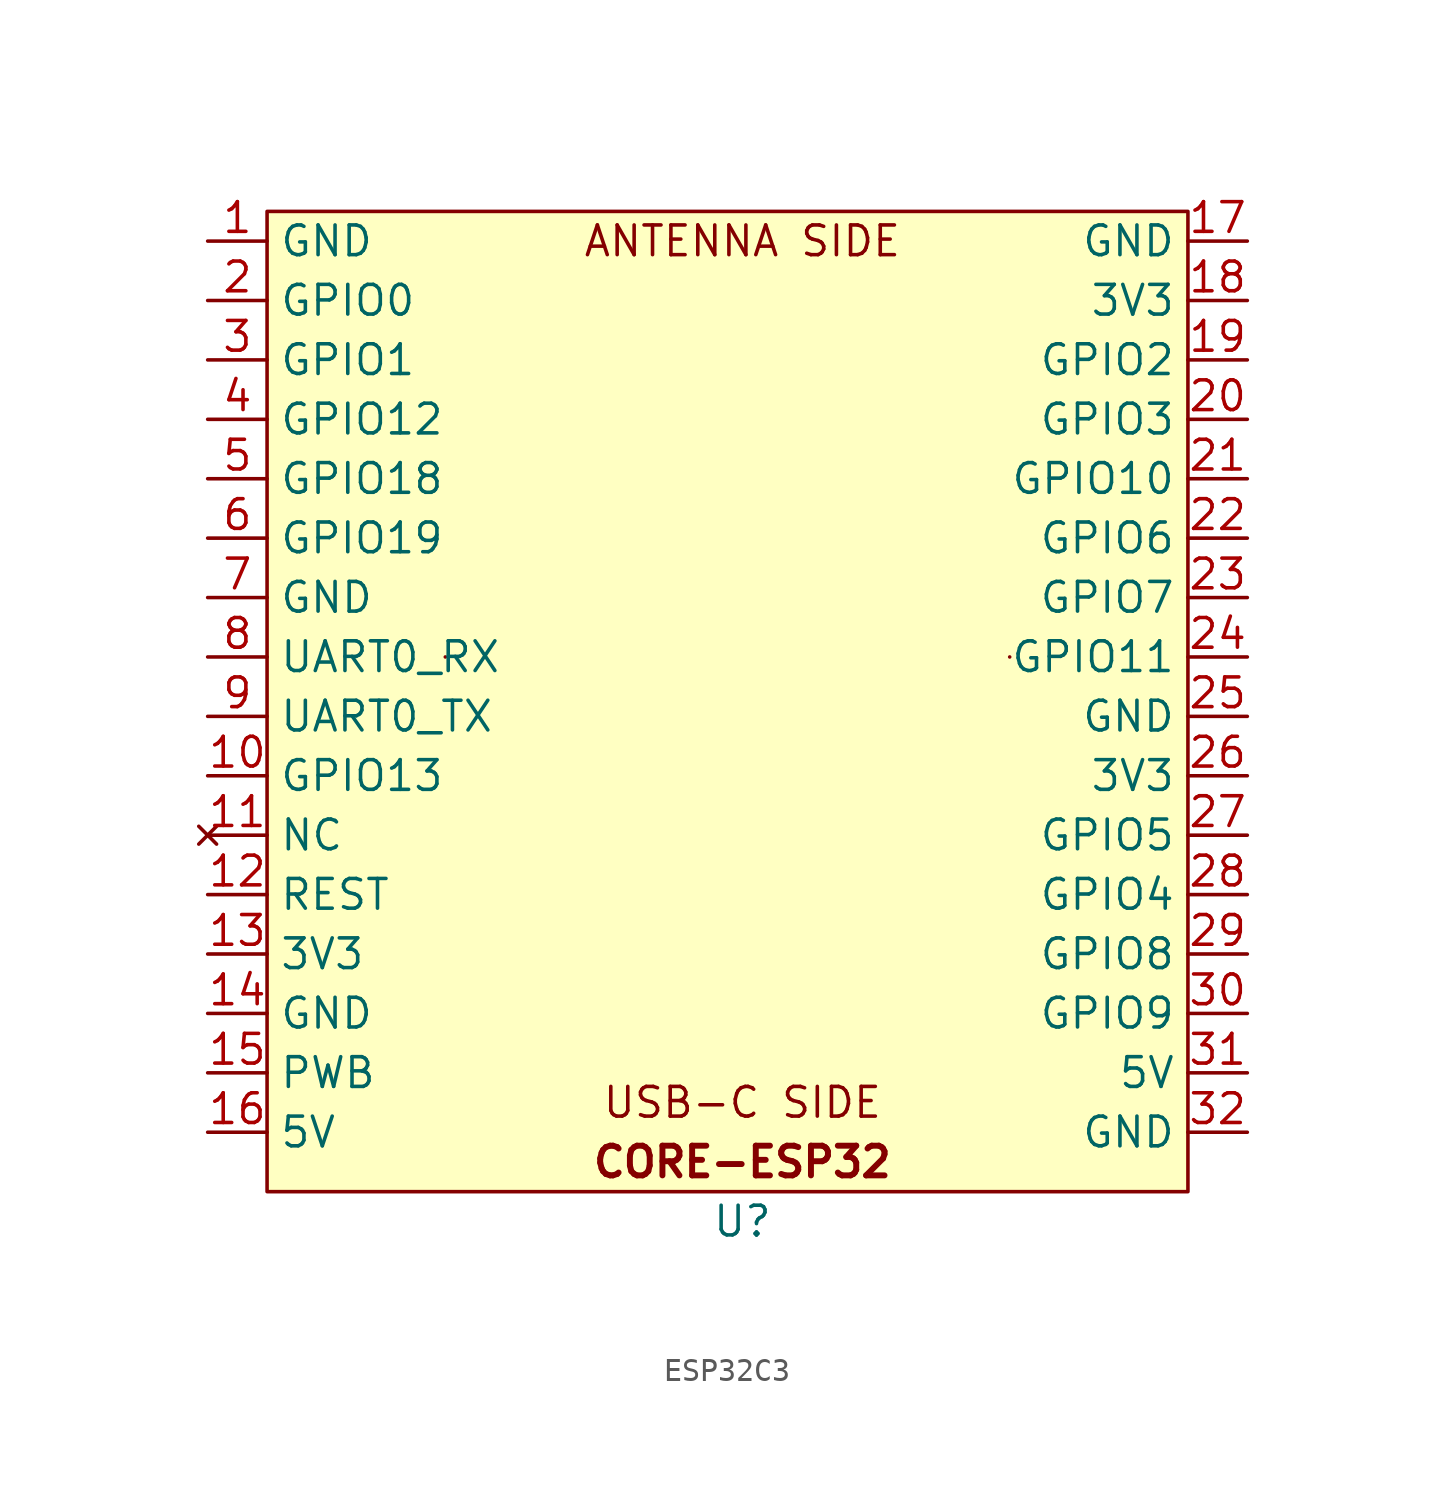
<source format=kicad_sym>
(kicad_symbol_lib
  (version 20220914)
  (generator kicad_symbol_editor)
  (symbol "ESP32C3"
    (property "Reference" "U"
      (at 0 -21.59 0)
      (effects (font (size 1.27 1.27))))
    (property "Value" ""
      (at -12.7 0 0)
      (effects (font (size 1.27 1.27))))
    (symbol "ESP32C3_0_1"
      (rectangle (start -12.7 2.54) (end -12.7 2.54) (stroke (width 0) (type default)) (fill (type none)))
      (rectangle (start 11.43 2.54) (end 11.43 2.54) (stroke (width 0) (type default)) (fill (type none))))
    (symbol "ESP32C3_1_1"
      (rectangle (start -20.32 21.59) (end 19.05 -20.32) (stroke (width 0) (type default)) (fill (type background)))
      (text "ANTENNA SIDE" (at 0 20.32 0) (effects (font (size 1.27 1.27))))
      (text "CORE-ESP32" (at 0 -19.05 0) (effects (font (size 1.27 1.27) bold)))
      (text "USB-C SIDE" (at 0 -16.51 0) (effects (font (size 1.27 1.27))))
      (pin power_in line (at -22.86 20.32 0) (length 2.54) (name "GND" (effects (font (size 1.27 1.27)))) (number "1" (effects (font (size 1.27 1.27)))))
      (pin bidirectional line (at -22.86 -2.54 0) (length 2.54) (name "GPIO13" (effects (font (size 1.27 1.27)))) (number "10" (effects (font (size 1.27 1.27)))))
      (pin no_connect line (at -22.86 -5.08 0) (length 2.54) (name "NC" (effects (font (size 1.27 1.27)))) (number "11" (effects (font (size 1.27 1.27)))))
      (pin bidirectional line (at -22.86 -7.62 0) (length 2.54) (name "REST" (effects (font (size 1.27 1.27)))) (number "12" (effects (font (size 1.27 1.27)))))
      (pin power_out line (at -22.86 -10.16 0) (length 2.54) (name "3V3" (effects (font (size 1.27 1.27)))) (number "13" (effects (font (size 1.27 1.27)))) (alternate "3V3_IN" power_in line))
      (pin power_in line (at -22.86 -12.7 0) (length 2.54) (name "GND" (effects (font (size 1.27 1.27)))) (number "14" (effects (font (size 1.27 1.27)))))
      (pin bidirectional line (at -22.86 -15.24 0) (length 2.54) (name "PWB" (effects (font (size 1.27 1.27)))) (number "15" (effects (font (size 1.27 1.27)))))
      (pin power_out line (at -22.86 -17.78 0) (length 2.54) (name "5V" (effects (font (size 1.27 1.27)))) (number "16" (effects (font (size 1.27 1.27)))) (alternate "5V_IN" power_in line))
      (pin power_in line (at 21.59 20.32 180) (length 2.54) (name "GND" (effects (font (size 1.27 1.27)))) (number "17" (effects (font (size 1.27 1.27)))))
      (pin power_out line (at 21.59 17.78 180) (length 2.54) (name "3V3" (effects (font (size 1.27 1.27)))) (number "18" (effects (font (size 1.27 1.27)))) (alternate "3V3_IN" power_in line))
      (pin bidirectional line (at 21.59 15.24 180) (length 2.54) (name "GPIO2" (effects (font (size 1.27 1.27)))) (number "19" (effects (font (size 1.27 1.27)))) (alternate "ADC2" input line) (alternate "SCLK" output line))
      (pin bidirectional line (at -22.86 17.78 0) (length 2.54) (name "GPIO0" (effects (font (size 1.27 1.27)))) (number "2" (effects (font (size 1.27 1.27)))) (alternate "ADC0" input line) (alternate "UART1_TX" output line))
      (pin bidirectional line (at 21.59 12.7 180) (length 2.54) (name "GPIO3" (effects (font (size 1.27 1.27)))) (number "20" (effects (font (size 1.27 1.27)))) (alternate "ADC3" input line) (alternate "MOSI" bidirectional line))
      (pin bidirectional line (at 21.59 10.16 180) (length 2.54) (name "GPIO10" (effects (font (size 1.27 1.27)))) (number "21" (effects (font (size 1.27 1.27)))) (alternate "MISO" bidirectional line))
      (pin bidirectional line (at 21.59 7.62 180) (length 2.54) (name "GPIO6" (effects (font (size 1.27 1.27)))) (number "22" (effects (font (size 1.27 1.27)))))
      (pin bidirectional line (at 21.59 5.08 180) (length 2.54) (name "GPIO7" (effects (font (size 1.27 1.27)))) (number "23" (effects (font (size 1.27 1.27)))) (alternate "CS" input line))
      (pin bidirectional line (at 21.59 2.54 180) (length 2.54) (name "GPIO11" (effects (font (size 1.27 1.27)))) (number "24" (effects (font (size 1.27 1.27)))))
      (pin power_in line (at 21.59 0 180) (length 2.54) (name "GND" (effects (font (size 1.27 1.27)))) (number "25" (effects (font (size 1.27 1.27)))))
      (pin power_out line (at 21.59 -2.54 180) (length 2.54) (name "3V3" (effects (font (size 1.27 1.27)))) (number "26" (effects (font (size 1.27 1.27)))) (alternate "3V3_IN" power_in line))
      (pin bidirectional line (at 21.59 -5.08 180) (length 2.54) (name "GPIO5" (effects (font (size 1.27 1.27)))) (number "27" (effects (font (size 1.27 1.27)))) (alternate "SCL" bidirectional line))
      (pin bidirectional line (at 21.59 -7.62 180) (length 2.54) (name "GPIO4" (effects (font (size 1.27 1.27)))) (number "28" (effects (font (size 1.27 1.27)))) (alternate "ADC4" input line) (alternate "SDA" bidirectional line))
      (pin bidirectional line (at 21.59 -10.16 180) (length 2.54) (name "GPIO8" (effects (font (size 1.27 1.27)))) (number "29" (effects (font (size 1.27 1.27)))))
      (pin bidirectional line (at -22.86 15.24 0) (length 2.54) (name "GPIO1" (effects (font (size 1.27 1.27)))) (number "3" (effects (font (size 1.27 1.27)))) (alternate "ADC1" input line) (alternate "UART1_RX" input line))
      (pin bidirectional line (at 21.59 -12.7 180) (length 2.54) (name "GPIO9" (effects (font (size 1.27 1.27)))) (number "30" (effects (font (size 1.27 1.27)))) (alternate "BOOT" input line))
      (pin power_out line (at 21.59 -15.24 180) (length 2.54) (name "5V" (effects (font (size 1.27 1.27)))) (number "31" (effects (font (size 1.27 1.27)))) (alternate "5V_IN" power_in line))
      (pin power_in line (at 21.59 -17.78 180) (length 2.54) (name "GND" (effects (font (size 1.27 1.27)))) (number "32" (effects (font (size 1.27 1.27)))))
      (pin bidirectional line (at -22.86 12.7 0) (length 2.54) (name "GPIO12" (effects (font (size 1.27 1.27)))) (number "4" (effects (font (size 1.27 1.27)))))
      (pin bidirectional line (at -22.86 10.16 0) (length 2.54) (name "GPIO18" (effects (font (size 1.27 1.27)))) (number "5" (effects (font (size 1.27 1.27)))))
      (pin bidirectional line (at -22.86 7.62 0) (length 2.54) (name "GPIO19" (effects (font (size 1.27 1.27)))) (number "6" (effects (font (size 1.27 1.27)))))
      (pin power_in line (at -22.86 5.08 0) (length 2.54) (name "GND" (effects (font (size 1.27 1.27)))) (number "7" (effects (font (size 1.27 1.27)))))
      (pin input line (at -22.86 2.54 0) (length 2.54) (name "UART0_RX" (effects (font (size 1.27 1.27)))) (number "8" (effects (font (size 1.27 1.27)))))
      (pin output line (at -22.86 0 0) (length 2.54) (name "UART0_TX" (effects (font (size 1.27 1.27)))) (number "9" (effects (font (size 1.27 1.27))))))))
</source>
